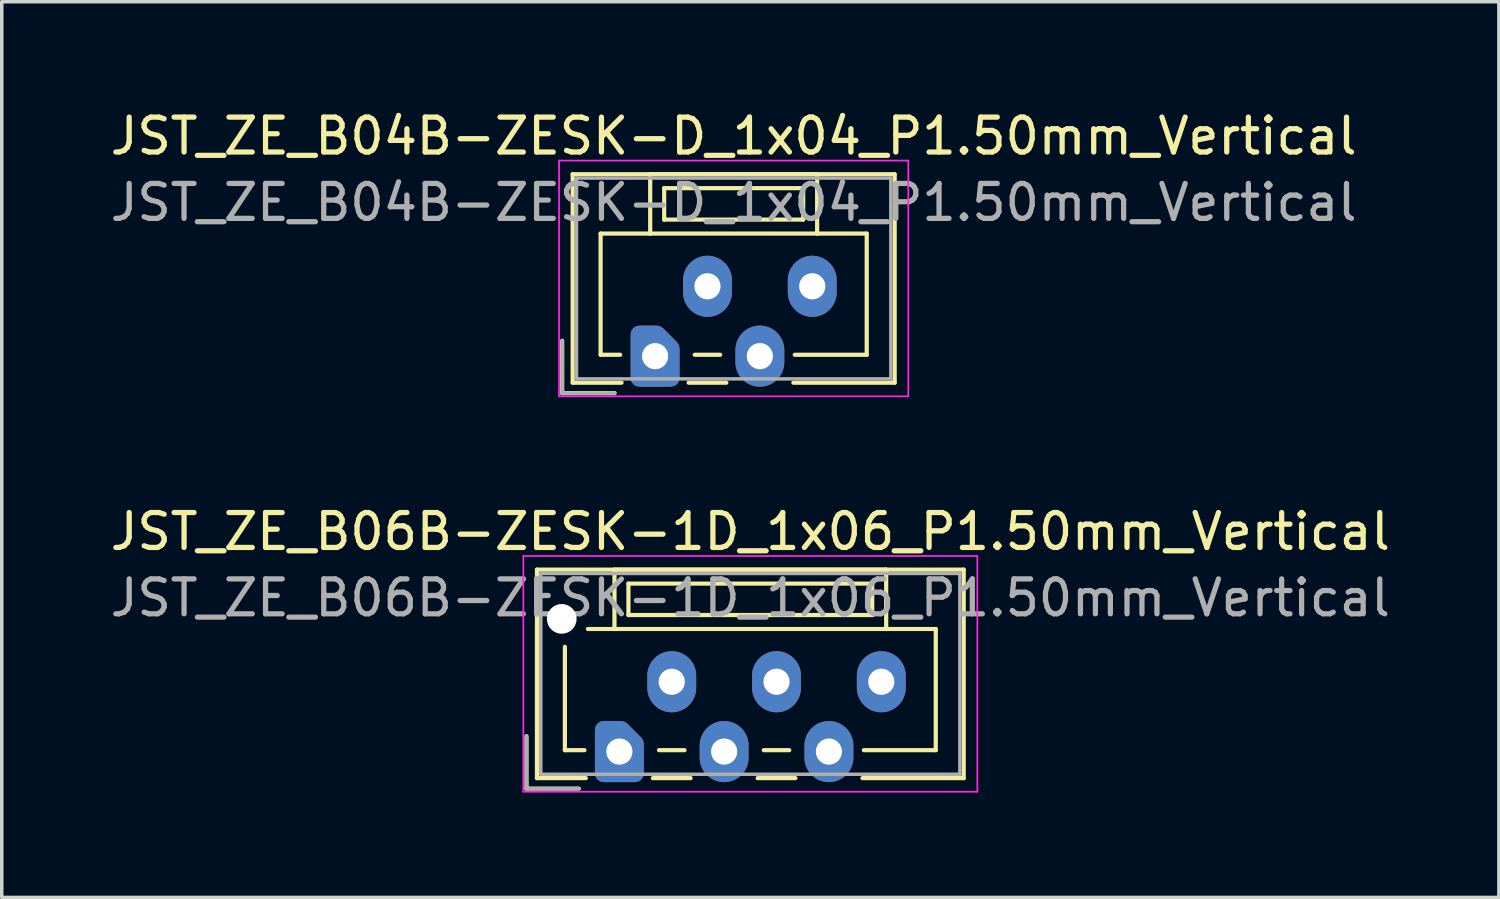
<source format=kicad_pcb>
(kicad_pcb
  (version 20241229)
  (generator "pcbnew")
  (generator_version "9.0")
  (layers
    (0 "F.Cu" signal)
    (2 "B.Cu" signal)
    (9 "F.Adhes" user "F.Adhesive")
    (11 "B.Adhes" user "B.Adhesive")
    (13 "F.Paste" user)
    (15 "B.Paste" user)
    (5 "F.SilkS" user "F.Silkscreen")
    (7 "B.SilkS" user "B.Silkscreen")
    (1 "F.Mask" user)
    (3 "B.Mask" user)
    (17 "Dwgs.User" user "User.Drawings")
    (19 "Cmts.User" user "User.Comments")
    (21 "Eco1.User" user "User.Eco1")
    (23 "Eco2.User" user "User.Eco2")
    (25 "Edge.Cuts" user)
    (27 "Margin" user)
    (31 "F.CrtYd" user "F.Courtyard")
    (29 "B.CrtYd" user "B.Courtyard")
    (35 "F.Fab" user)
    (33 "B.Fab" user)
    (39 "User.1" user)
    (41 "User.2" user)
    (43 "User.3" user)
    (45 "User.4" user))
  (footprint "JST_ZE_B06B-ZESK-1D_1x06_P1.50mm_Vertical"
    (layer "F.Cu")
    (at 14.685 18.471)
    (property "Reference" "JST_ZE_B06B-ZESK-1D_1x06_P1.50mm_Vertical" (at 3.75 -6.3 0) (layer "F.SilkS") (effects (font (size 1 1) (thickness 0.15))))
    (attr through_hole)
    (fp_line (start -2.66 -0.44) (end -2.66 1.06) (stroke (width 0.12) (type solid)) (layer "F.SilkS"))
    (fp_line (start -2.66 1.06) (end -1.16 1.06) (stroke (width 0.12) (type solid)) (layer "F.SilkS"))
    (fp_line (start -2.36 -5.21) (end 9.86 -5.21) (stroke (width 0.12) (type solid)) (layer "F.SilkS"))
    (fp_line (start -2.36 0.76) (end -2.36 -5.21) (stroke (width 0.12) (type solid)) (layer "F.SilkS"))
    (fp_line (start -1.56 -3) (end -1.56 -0.04) (stroke (width 0.12) (type solid)) (layer "F.SilkS"))
    (fp_line (start -1.56 -0.04) (end -1 -0.04) (stroke (width 0.12) (type solid)) (layer "F.SilkS"))
    (fp_line (start -0.96 0.76) (end -2.36 0.76) (stroke (width 0.12) (type solid)) (layer "F.SilkS"))
    (fp_line (start -0.14 -5.21) (end -0.14 -3.51) (stroke (width 0.12) (type solid)) (layer "F.SilkS"))
    (fp_line (start -0.14 -3.51) (end -0.9 -3.51) (stroke (width 0.12) (type solid)) (layer "F.SilkS"))
    (fp_line (start -0.14 -3.51) (end 7.64 -3.51) (stroke (width 0.12) (type solid)) (layer "F.SilkS"))
    (fp_line (start 0.26 -4.81) (end 0.26 -3.91) (stroke (width 0.12) (type solid)) (layer "F.SilkS"))
    (fp_line (start 0.26 -3.91) (end 7.24 -3.91) (stroke (width 0.12) (type solid)) (layer "F.SilkS"))
    (fp_line (start 0.96 0.76) (end 2.04 0.76) (stroke (width 0.12) (type solid)) (layer "F.SilkS"))
    (fp_line (start 1.135 -0.04) (end 1.865 -0.04) (stroke (width 0.12) (type solid)) (layer "F.SilkS"))
    (fp_line (start 3.96 0.76) (end 5.04 0.76) (stroke (width 0.12) (type solid)) (layer "F.SilkS"))
    (fp_line (start 4.135 -0.04) (end 4.865 -0.04) (stroke (width 0.12) (type solid)) (layer "F.SilkS"))
    (fp_line (start 7.24 -4.81) (end 0.26 -4.81) (stroke (width 0.12) (type solid)) (layer "F.SilkS"))
    (fp_line (start 7.24 -3.91) (end 7.24 -4.81) (stroke (width 0.12) (type solid)) (layer "F.SilkS"))
    (fp_line (start 7.64 -5.21) (end -0.14 -5.21) (stroke (width 0.12) (type solid)) (layer "F.SilkS"))
    (fp_line (start 7.64 -3.51) (end 7.64 -5.21) (stroke (width 0.12) (type solid)) (layer "F.SilkS"))
    (fp_line (start 7.64 -3.51) (end 9.06 -3.51) (stroke (width 0.12) (type solid)) (layer "F.SilkS"))
    (fp_line (start 9.06 -3.51) (end 9.06 -0.04) (stroke (width 0.12) (type solid)) (layer "F.SilkS"))
    (fp_line (start 9.06 -0.04) (end 7 -0.04) (stroke (width 0.12) (type solid)) (layer "F.SilkS"))
    (fp_line (start 9.86 -5.21) (end 9.86 0.76) (stroke (width 0.12) (type solid)) (layer "F.SilkS"))
    (fp_line (start 9.86 0.76) (end 6.96 0.76) (stroke (width 0.12) (type solid)) (layer "F.SilkS"))
    (fp_line (start -2.75 -5.6) (end -2.75 1.15) (stroke (width 0.05) (type solid)) (layer "F.CrtYd"))
    (fp_line (start -2.75 1.15) (end 10.25 1.15) (stroke (width 0.05) (type solid)) (layer "F.CrtYd"))
    (fp_line (start 10.25 -5.6) (end -2.75 -5.6) (stroke (width 0.05) (type solid)) (layer "F.CrtYd"))
    (fp_line (start 10.25 1.15) (end 10.25 -5.6) (stroke (width 0.05) (type solid)) (layer "F.CrtYd"))
    (fp_line (start -2.66 -0.44) (end -2.66 1.06) (stroke (width 0.1) (type solid)) (layer "F.Fab"))
    (fp_line (start -2.66 1.06) (end -1.16 1.06) (stroke (width 0.1) (type solid)) (layer "F.Fab"))
    (fp_line (start -2.25 -5.1) (end -2.25 0.65) (stroke (width 0.1) (type solid)) (layer "F.Fab"))
    (fp_line (start -2.25 0.65) (end 9.75 0.65) (stroke (width 0.1) (type solid)) (layer "F.Fab"))
    (fp_line (start 9.75 -5.1) (end -2.25 -5.1) (stroke (width 0.1) (type solid)) (layer "F.Fab"))
    (fp_line (start 9.75 0.65) (end 9.75 -5.1) (stroke (width 0.1) (type solid)) (layer "F.Fab"))
    (fp_text user "${REFERENCE}" (at 3.75 -4.4 0) (layer "F.Fab") (effects (font (size 1 1) (thickness 0.15))))
    (pad "" np_thru_hole circle (at -1.65 -3.8) (size 0.85 0.85) (drill 0.85) (layers "*.Cu" "*.Mask"))
    (pad "1" thru_hole custom (at 0 0) (size 1.117 1.117) (drill 0.75) (layers "*.Cu" "*.Mask") (options (anchor circle)) (primitives (gr_poly (pts (xy -0.45 -0.625) (xy 0.05 -0.625) (xy 0.45 -0.225) (xy 0.45 0.625) (xy -0.45 0.625)) (width 0.5) (fill yes))))
    (pad "2" thru_hole oval (at 1.5 -2) (size 1.4 1.75) (drill 0.75) (layers "*.Cu" "*.Mask"))
    (pad "3" thru_hole oval (at 3 0) (size 1.4 1.75) (drill 0.75) (layers "*.Cu" "*.Mask"))
    (pad "4" thru_hole oval (at 4.5 -2) (size 1.4 1.75) (drill 0.75) (layers "*.Cu" "*.Mask"))
    (pad "5" thru_hole oval (at 6 0) (size 1.4 1.75) (drill 0.75) (layers "*.Cu" "*.Mask"))
    (pad "6" thru_hole oval (at 7.5 -2) (size 1.4 1.75) (drill 0.75) (layers "*.Cu" "*.Mask")))
  (footprint "JST_ZE_B04B-ZESK-D_1x04_P1.50mm_Vertical"
    (layer "F.Cu")
    (at 15.708 7.148)
    (property "Reference" "JST_ZE_B04B-ZESK-D_1x04_P1.50mm_Vertical" (at 2.25 -6.3 0) (layer "F.SilkS") (effects (font (size 1 1) (thickness 0.15))))
    (attr through_hole)
    (fp_line (start -2.66 -0.44) (end -2.66 1.06) (stroke (width 0.12) (type solid)) (layer "F.SilkS"))
    (fp_line (start -2.66 1.06) (end -1.16 1.06) (stroke (width 0.12) (type solid)) (layer "F.SilkS"))
    (fp_line (start -2.36 -5.21) (end 6.86 -5.21) (stroke (width 0.12) (type solid)) (layer "F.SilkS"))
    (fp_line (start -2.36 0.76) (end -2.36 -5.21) (stroke (width 0.12) (type solid)) (layer "F.SilkS"))
    (fp_line (start -1.56 -3.51) (end -1.56 -0.04) (stroke (width 0.12) (type solid)) (layer "F.SilkS"))
    (fp_line (start -1.56 -0.04) (end -1 -0.04) (stroke (width 0.12) (type solid)) (layer "F.SilkS"))
    (fp_line (start -0.96 0.76) (end -2.36 0.76) (stroke (width 0.12) (type solid)) (layer "F.SilkS"))
    (fp_line (start -0.14 -5.21) (end -0.14 -3.51) (stroke (width 0.12) (type solid)) (layer "F.SilkS"))
    (fp_line (start -0.14 -3.51) (end -1.56 -3.51) (stroke (width 0.12) (type solid)) (layer "F.SilkS"))
    (fp_line (start -0.14 -3.51) (end 4.64 -3.51) (stroke (width 0.12) (type solid)) (layer "F.SilkS"))
    (fp_line (start 0.26 -4.81) (end 0.26 -3.91) (stroke (width 0.12) (type solid)) (layer "F.SilkS"))
    (fp_line (start 0.26 -3.91) (end 4.24 -3.91) (stroke (width 0.12) (type solid)) (layer "F.SilkS"))
    (fp_line (start 0.96 0.76) (end 2.04 0.76) (stroke (width 0.12) (type solid)) (layer "F.SilkS"))
    (fp_line (start 1.135 -0.04) (end 1.865 -0.04) (stroke (width 0.12) (type solid)) (layer "F.SilkS"))
    (fp_line (start 4.24 -4.81) (end 0.26 -4.81) (stroke (width 0.12) (type solid)) (layer "F.SilkS"))
    (fp_line (start 4.24 -3.91) (end 4.24 -4.81) (stroke (width 0.12) (type solid)) (layer "F.SilkS"))
    (fp_line (start 4.64 -5.21) (end -0.14 -5.21) (stroke (width 0.12) (type solid)) (layer "F.SilkS"))
    (fp_line (start 4.64 -3.51) (end 4.64 -5.21) (stroke (width 0.12) (type solid)) (layer "F.SilkS"))
    (fp_line (start 4.64 -3.51) (end 6.06 -3.51) (stroke (width 0.12) (type solid)) (layer "F.SilkS"))
    (fp_line (start 6.06 -3.51) (end 6.06 -0.04) (stroke (width 0.12) (type solid)) (layer "F.SilkS"))
    (fp_line (start 6.06 -0.04) (end 4 -0.04) (stroke (width 0.12) (type solid)) (layer "F.SilkS"))
    (fp_line (start 6.86 -5.21) (end 6.86 0.76) (stroke (width 0.12) (type solid)) (layer "F.SilkS"))
    (fp_line (start 6.86 0.76) (end 3.96 0.76) (stroke (width 0.12) (type solid)) (layer "F.SilkS"))
    (fp_line (start -2.75 -5.6) (end -2.75 1.15) (stroke (width 0.05) (type solid)) (layer "F.CrtYd"))
    (fp_line (start -2.75 1.15) (end 7.25 1.15) (stroke (width 0.05) (type solid)) (layer "F.CrtYd"))
    (fp_line (start 7.25 -5.6) (end -2.75 -5.6) (stroke (width 0.05) (type solid)) (layer "F.CrtYd"))
    (fp_line (start 7.25 1.15) (end 7.25 -5.6) (stroke (width 0.05) (type solid)) (layer "F.CrtYd"))
    (fp_line (start -2.66 -0.44) (end -2.66 1.06) (stroke (width 0.1) (type solid)) (layer "F.Fab"))
    (fp_line (start -2.66 1.06) (end -1.16 1.06) (stroke (width 0.1) (type solid)) (layer "F.Fab"))
    (fp_line (start -2.25 -5.1) (end -2.25 0.65) (stroke (width 0.1) (type solid)) (layer "F.Fab"))
    (fp_line (start -2.25 0.65) (end 6.75 0.65) (stroke (width 0.1) (type solid)) (layer "F.Fab"))
    (fp_line (start 6.75 -5.1) (end -2.25 -5.1) (stroke (width 0.1) (type solid)) (layer "F.Fab"))
    (fp_line (start 6.75 0.65) (end 6.75 -5.1) (stroke (width 0.1) (type solid)) (layer "F.Fab"))
    (fp_text user "${REFERENCE}" (at 2.25 -4.4 0) (layer "F.Fab") (effects (font (size 1 1) (thickness 0.15))))
    (pad "1" thru_hole custom (at 0 0) (size 1.117 1.117) (drill 0.75) (layers "*.Cu" "*.Mask") (options (anchor circle)) (primitives (gr_poly (pts (xy -0.45 -0.625) (xy 0.05 -0.625) (xy 0.45 -0.225) (xy 0.45 0.625) (xy -0.45 0.625)) (width 0.5) (fill yes))))
    (pad "2" thru_hole oval (at 1.5 -2) (size 1.4 1.75) (drill 0.75) (layers "*.Cu" "*.Mask"))
    (pad "3" thru_hole oval (at 3 0) (size 1.4 1.75) (drill 0.75) (layers "*.Cu" "*.Mask"))
    (pad "4" thru_hole oval (at 4.5 -2) (size 1.4 1.75) (drill 0.75) (layers "*.Cu" "*.Mask")))
  (gr_rect
    (start -3 -3)
    (end 39.869 22.646)
    (stroke (width 0.1) (type default))
    (fill no)
    (layer "Edge.Cuts")))
</source>
